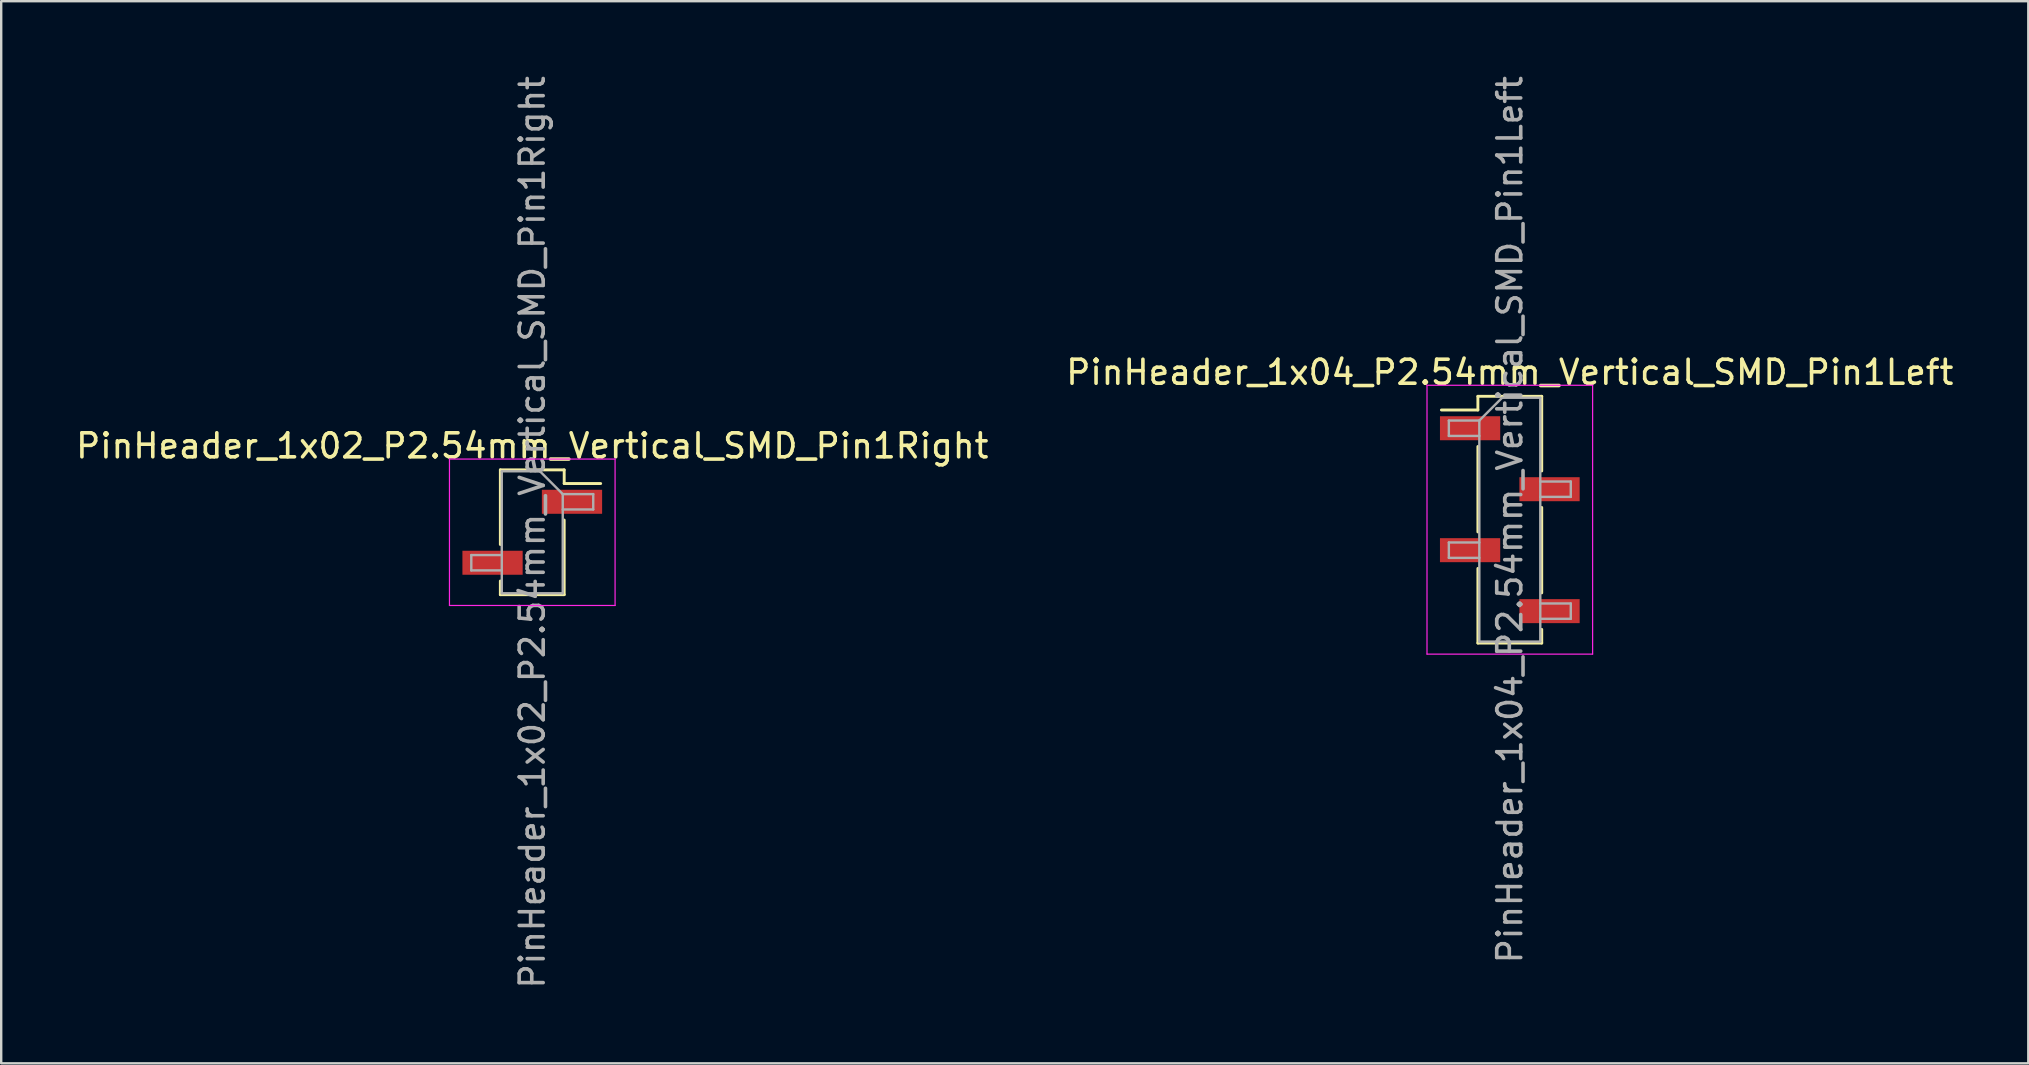
<source format=kicad_pcb>
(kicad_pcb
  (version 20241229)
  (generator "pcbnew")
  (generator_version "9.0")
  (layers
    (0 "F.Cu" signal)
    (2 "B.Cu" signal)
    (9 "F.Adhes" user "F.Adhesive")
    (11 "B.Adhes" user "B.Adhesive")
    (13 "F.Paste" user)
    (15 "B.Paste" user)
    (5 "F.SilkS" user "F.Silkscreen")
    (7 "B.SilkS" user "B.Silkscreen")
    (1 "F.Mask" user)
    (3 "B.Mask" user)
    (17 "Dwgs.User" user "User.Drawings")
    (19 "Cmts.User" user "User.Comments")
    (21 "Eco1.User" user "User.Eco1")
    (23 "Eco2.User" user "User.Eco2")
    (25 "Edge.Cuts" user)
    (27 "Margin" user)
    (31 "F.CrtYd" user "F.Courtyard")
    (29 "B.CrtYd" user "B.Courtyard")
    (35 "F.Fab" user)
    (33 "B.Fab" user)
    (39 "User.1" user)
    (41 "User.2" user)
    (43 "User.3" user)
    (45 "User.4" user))
  (footprint "PinHeader_1x04_P2.54mm_Vertical_SMD_Pin1Left"
    (layer "F.Cu")
    (at 59.851 18.601)
    (property "Reference" "PinHeader_1x04_P2.54mm_Vertical_SMD_Pin1Left" (at 0 -6.14 0) (layer "F.SilkS") (effects (font (size 1 1) (thickness 0.15))))
    (attr smd)
    (fp_line (start -1.33 -5.14) (end -1.33 -4.57) (stroke (width 0.12) (type solid)) (layer "F.SilkS"))
    (fp_line (start -1.33 -5.14) (end 1.33 -5.14) (stroke (width 0.12) (type solid)) (layer "F.SilkS"))
    (fp_line (start -1.33 -4.57) (end -2.85 -4.57) (stroke (width 0.12) (type solid)) (layer "F.SilkS"))
    (fp_line (start -1.33 -3.05) (end -1.33 0.51) (stroke (width 0.12) (type solid)) (layer "F.SilkS"))
    (fp_line (start -1.33 2.03) (end -1.33 5.14) (stroke (width 0.12) (type solid)) (layer "F.SilkS"))
    (fp_line (start -1.33 5.14) (end 1.33 5.14) (stroke (width 0.12) (type solid)) (layer "F.SilkS"))
    (fp_line (start 1.33 -5.14) (end 1.33 -2.03) (stroke (width 0.12) (type solid)) (layer "F.SilkS"))
    (fp_line (start 1.33 -0.51) (end 1.33 3.05) (stroke (width 0.12) (type solid)) (layer "F.SilkS"))
    (fp_line (start 1.33 4.57) (end 1.33 5.14) (stroke (width 0.12) (type solid)) (layer "F.SilkS"))
    (fp_line (start -3.45 -5.6) (end -3.45 5.6) (stroke (width 0.05) (type solid)) (layer "F.CrtYd"))
    (fp_line (start -3.45 5.6) (end 3.45 5.6) (stroke (width 0.05) (type solid)) (layer "F.CrtYd"))
    (fp_line (start 3.45 -5.6) (end -3.45 -5.6) (stroke (width 0.05) (type solid)) (layer "F.CrtYd"))
    (fp_line (start 3.45 5.6) (end 3.45 -5.6) (stroke (width 0.05) (type solid)) (layer "F.CrtYd"))
    (fp_line (start -2.54 -4.13) (end -2.54 -3.49) (stroke (width 0.1) (type solid)) (layer "F.Fab"))
    (fp_line (start -2.54 -3.49) (end -1.27 -3.49) (stroke (width 0.1) (type solid)) (layer "F.Fab"))
    (fp_line (start -2.54 0.95) (end -2.54 1.59) (stroke (width 0.1) (type solid)) (layer "F.Fab"))
    (fp_line (start -2.54 1.59) (end -1.27 1.59) (stroke (width 0.1) (type solid)) (layer "F.Fab"))
    (fp_line (start -1.27 -4.13) (end -2.54 -4.13) (stroke (width 0.1) (type solid)) (layer "F.Fab"))
    (fp_line (start -1.27 -4.13) (end -0.32 -5.08) (stroke (width 0.1) (type solid)) (layer "F.Fab"))
    (fp_line (start -1.27 0.95) (end -2.54 0.95) (stroke (width 0.1) (type solid)) (layer "F.Fab"))
    (fp_line (start -1.27 5.08) (end -1.27 -4.13) (stroke (width 0.1) (type solid)) (layer "F.Fab"))
    (fp_line (start -0.32 -5.08) (end 1.27 -5.08) (stroke (width 0.1) (type solid)) (layer "F.Fab"))
    (fp_line (start 1.27 -5.08) (end 1.27 5.08) (stroke (width 0.1) (type solid)) (layer "F.Fab"))
    (fp_line (start 1.27 -1.59) (end 2.54 -1.59) (stroke (width 0.1) (type solid)) (layer "F.Fab"))
    (fp_line (start 1.27 3.49) (end 2.54 3.49) (stroke (width 0.1) (type solid)) (layer "F.Fab"))
    (fp_line (start 1.27 5.08) (end -1.27 5.08) (stroke (width 0.1) (type solid)) (layer "F.Fab"))
    (fp_line (start 2.54 -1.59) (end 2.54 -0.95) (stroke (width 0.1) (type solid)) (layer "F.Fab"))
    (fp_line (start 2.54 -0.95) (end 1.27 -0.95) (stroke (width 0.1) (type solid)) (layer "F.Fab"))
    (fp_line (start 2.54 3.49) (end 2.54 4.13) (stroke (width 0.1) (type solid)) (layer "F.Fab"))
    (fp_line (start 2.54 4.13) (end 1.27 4.13) (stroke (width 0.1) (type solid)) (layer "F.Fab"))
    (fp_text user "${REFERENCE}" (at 0 0 90) (layer "F.Fab") (effects (font (size 1 1) (thickness 0.15))))
    (pad "1" smd rect (at -1.655 -3.81) (size 2.51 1) (layers "F.Cu" "F.Mask" "F.Paste"))
    (pad "2" smd rect (at 1.655 -1.27) (size 2.51 1) (layers "F.Cu" "F.Mask" "F.Paste"))
    (pad "3" smd rect (at -1.655 1.27) (size 2.51 1) (layers "F.Cu" "F.Mask" "F.Paste"))
    (pad "4" smd rect (at 1.655 3.81) (size 2.51 1) (layers "F.Cu" "F.Mask" "F.Paste")))
  (footprint "PinHeader_1x02_P2.54mm_Vertical_SMD_Pin1Right"
    (layer "F.Cu")
    (at 19.125 19.125)
    (property "Reference" "PinHeader_1x02_P2.54mm_Vertical_SMD_Pin1Right" (at 0 -3.6 0) (layer "F.SilkS") (effects (font (size 1 1) (thickness 0.15))))
    (attr smd)
    (fp_line (start -1.33 -2.6) (end -1.33 0.51) (stroke (width 0.12) (type solid)) (layer "F.SilkS"))
    (fp_line (start -1.33 -2.6) (end 1.33 -2.6) (stroke (width 0.12) (type solid)) (layer "F.SilkS"))
    (fp_line (start -1.33 2.03) (end -1.33 2.6) (stroke (width 0.12) (type solid)) (layer "F.SilkS"))
    (fp_line (start -1.33 2.6) (end 1.33 2.6) (stroke (width 0.12) (type solid)) (layer "F.SilkS"))
    (fp_line (start 1.33 -2.6) (end 1.33 -2.03) (stroke (width 0.12) (type solid)) (layer "F.SilkS"))
    (fp_line (start 1.33 -2.03) (end 2.85 -2.03) (stroke (width 0.12) (type solid)) (layer "F.SilkS"))
    (fp_line (start 1.33 -0.51) (end 1.33 2.6) (stroke (width 0.12) (type solid)) (layer "F.SilkS"))
    (fp_line (start -3.45 -3.05) (end -3.45 3.05) (stroke (width 0.05) (type solid)) (layer "F.CrtYd"))
    (fp_line (start -3.45 3.05) (end 3.45 3.05) (stroke (width 0.05) (type solid)) (layer "F.CrtYd"))
    (fp_line (start 3.45 -3.05) (end -3.45 -3.05) (stroke (width 0.05) (type solid)) (layer "F.CrtYd"))
    (fp_line (start 3.45 3.05) (end 3.45 -3.05) (stroke (width 0.05) (type solid)) (layer "F.CrtYd"))
    (fp_line (start -2.54 0.95) (end -2.54 1.59) (stroke (width 0.1) (type solid)) (layer "F.Fab"))
    (fp_line (start -2.54 1.59) (end -1.27 1.59) (stroke (width 0.1) (type solid)) (layer "F.Fab"))
    (fp_line (start -1.27 -2.54) (end -1.27 2.54) (stroke (width 0.1) (type solid)) (layer "F.Fab"))
    (fp_line (start -1.27 -2.54) (end 0.32 -2.54) (stroke (width 0.1) (type solid)) (layer "F.Fab"))
    (fp_line (start -1.27 0.95) (end -2.54 0.95) (stroke (width 0.1) (type solid)) (layer "F.Fab"))
    (fp_line (start 1.27 -1.59) (end 0.32 -2.54) (stroke (width 0.1) (type solid)) (layer "F.Fab"))
    (fp_line (start 1.27 -1.59) (end 2.54 -1.59) (stroke (width 0.1) (type solid)) (layer "F.Fab"))
    (fp_line (start 1.27 2.54) (end -1.27 2.54) (stroke (width 0.1) (type solid)) (layer "F.Fab"))
    (fp_line (start 1.27 2.54) (end 1.27 -1.59) (stroke (width 0.1) (type solid)) (layer "F.Fab"))
    (fp_line (start 2.54 -1.59) (end 2.54 -0.95) (stroke (width 0.1) (type solid)) (layer "F.Fab"))
    (fp_line (start 2.54 -0.95) (end 1.27 -0.95) (stroke (width 0.1) (type solid)) (layer "F.Fab"))
    (fp_text user "${REFERENCE}" (at 0 0 90) (layer "F.Fab") (effects (font (size 1 1) (thickness 0.15))))
    (pad "1" smd rect (at 1.655 -1.27) (size 2.51 1) (layers "F.Cu" "F.Mask" "F.Paste"))
    (pad "2" smd rect (at -1.655 1.27) (size 2.51 1) (layers "F.Cu" "F.Mask" "F.Paste")))
  (gr_rect
    (start -3 -3)
    (end 81.452 41.25)
    (stroke (width 0.1) (type default))
    (fill no)
    (layer "Edge.Cuts")))
</source>
